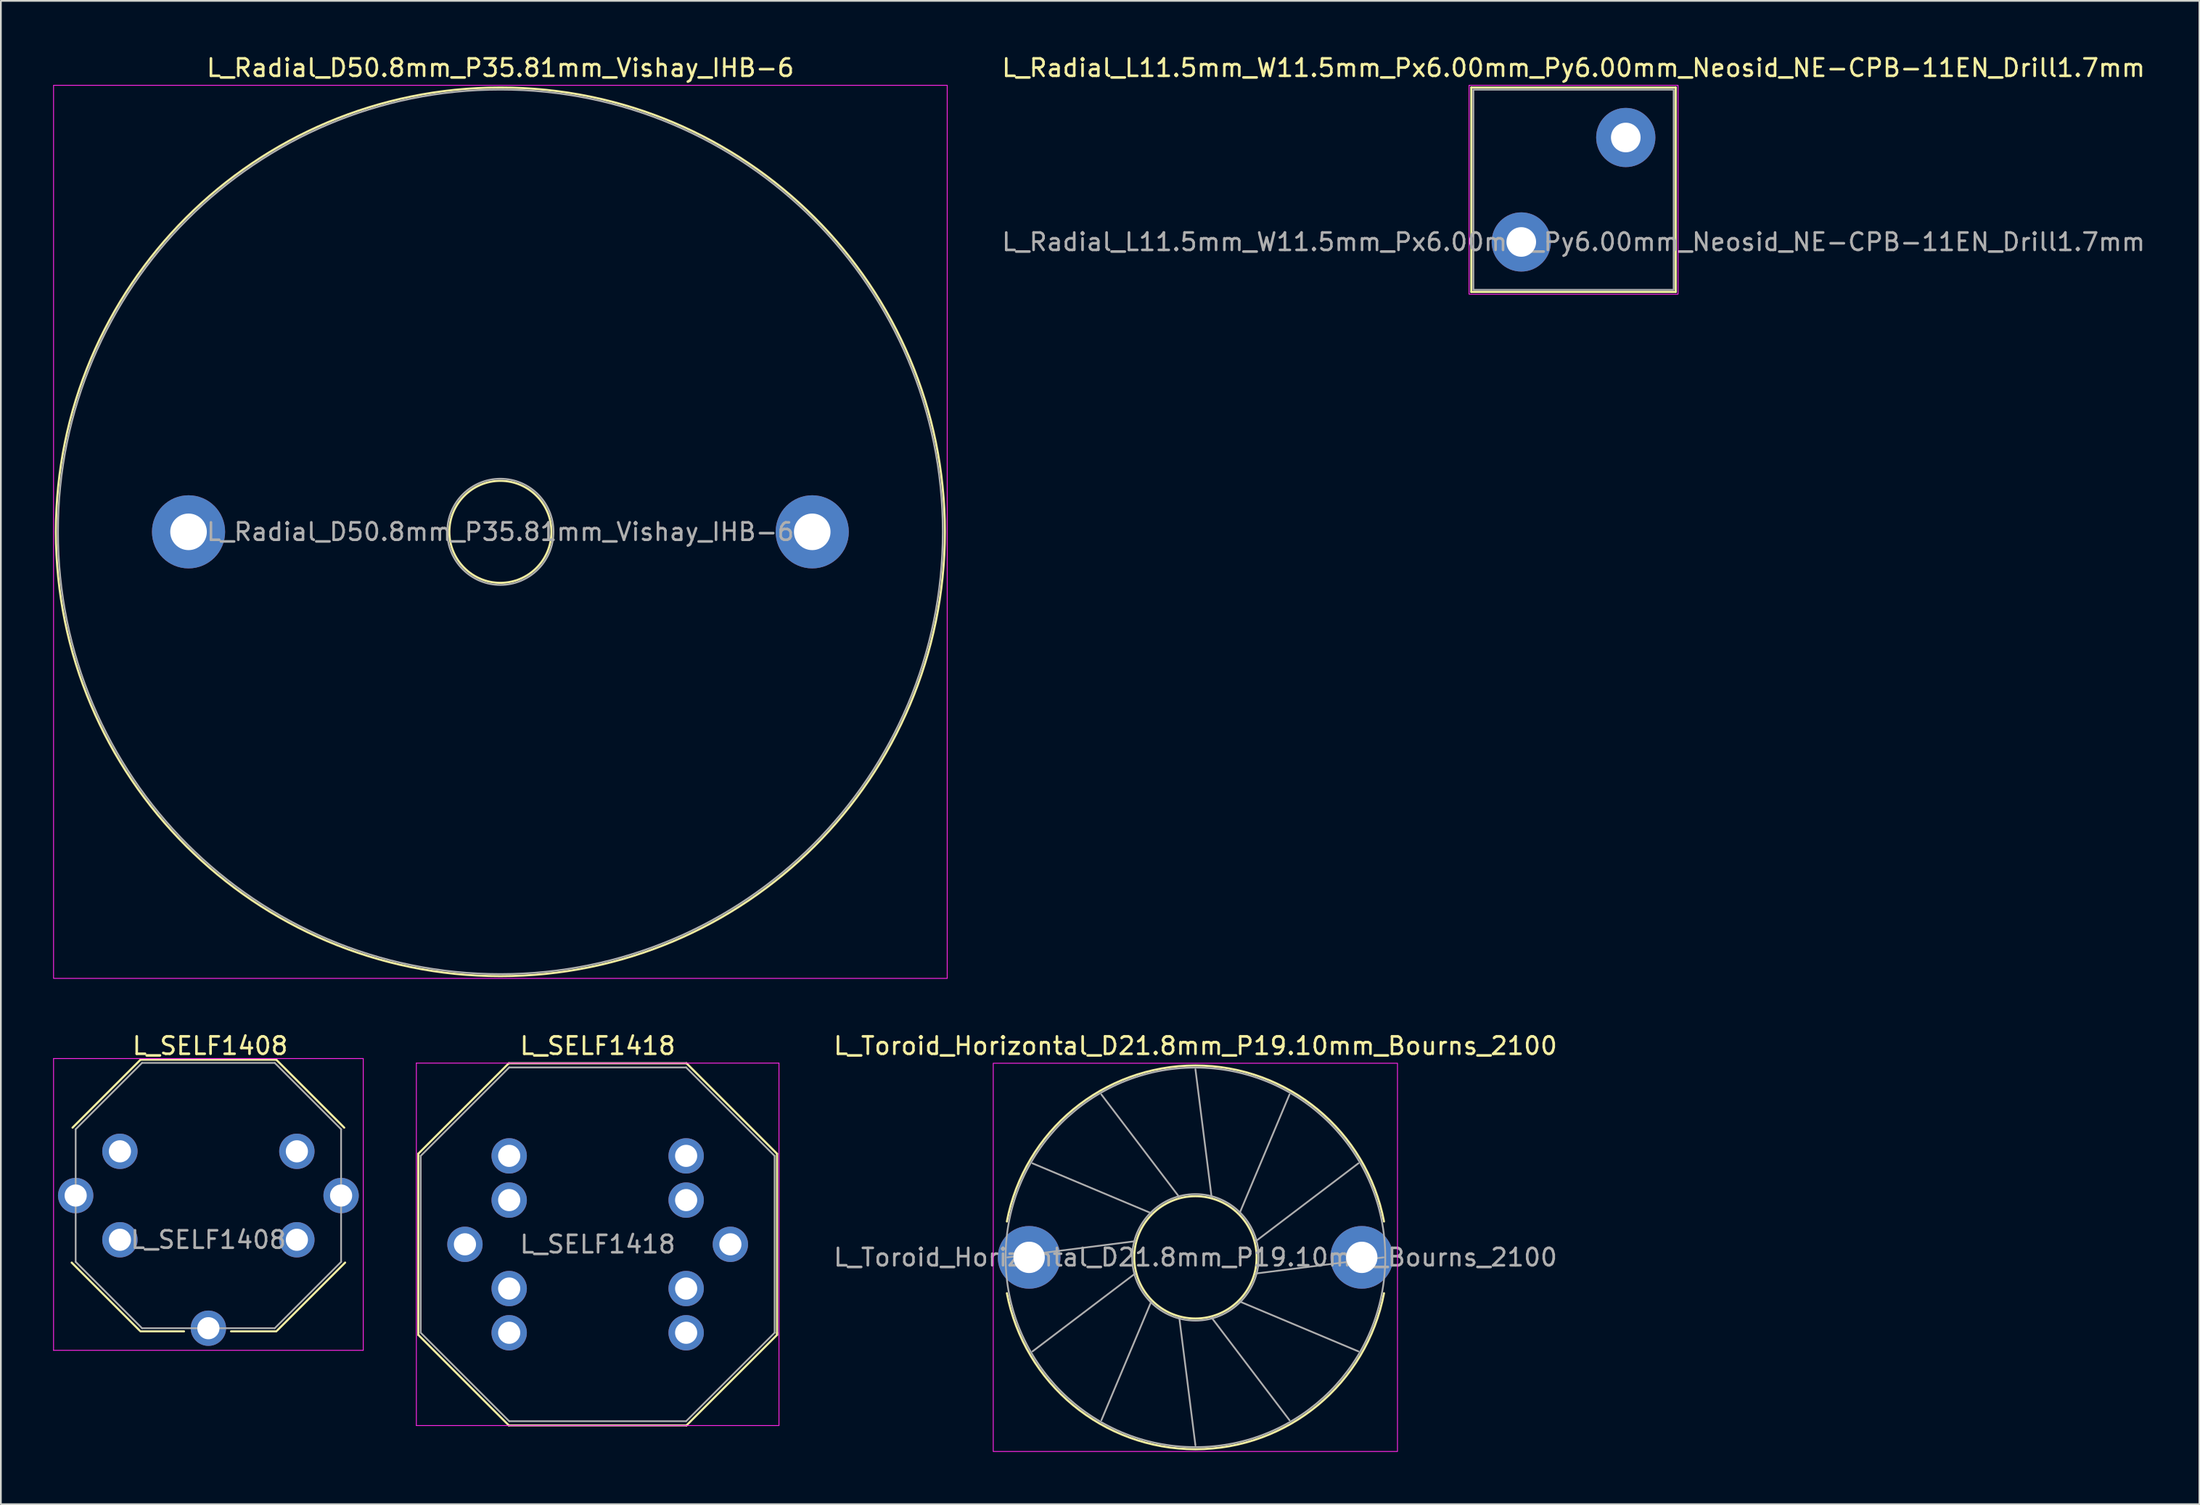
<source format=kicad_pcb>
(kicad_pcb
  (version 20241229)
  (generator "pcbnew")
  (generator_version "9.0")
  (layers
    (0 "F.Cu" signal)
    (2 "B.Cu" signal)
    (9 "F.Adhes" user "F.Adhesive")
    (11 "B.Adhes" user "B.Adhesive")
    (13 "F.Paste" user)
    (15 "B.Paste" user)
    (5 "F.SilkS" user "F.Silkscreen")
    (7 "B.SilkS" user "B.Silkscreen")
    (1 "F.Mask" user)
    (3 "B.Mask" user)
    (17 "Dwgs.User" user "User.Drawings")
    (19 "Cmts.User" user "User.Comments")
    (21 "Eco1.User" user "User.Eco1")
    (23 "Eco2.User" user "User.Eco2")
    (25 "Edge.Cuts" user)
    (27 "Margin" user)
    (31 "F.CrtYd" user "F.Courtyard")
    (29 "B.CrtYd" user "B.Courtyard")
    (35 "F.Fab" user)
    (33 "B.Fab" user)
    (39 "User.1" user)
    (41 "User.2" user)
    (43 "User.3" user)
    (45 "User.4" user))
  (footprint "L_Toroid_Horizontal_D21.8mm_P19.10mm_Bourns_2100"
    (layer "F.Cu")
    (at 56.037 69.171)
    (property "Reference" "L_Toroid_Horizontal_D21.8mm_P19.10mm_Bourns_2100" (at 9.55 -12.15 0) (layer "F.SilkS") (effects (font (size 1 1) (thickness 0.15))))
    (attr through_hole)
    (fp_arc (start -1.275747 -2.06) (mid 9.55 -11.02) (end 20.375747 -2.06) (stroke (width 0.12) (type solid)) (layer "F.SilkS"))
    (fp_arc (start 20.375747 2.06) (mid 9.55 11.02) (end -1.275747 2.06) (stroke (width 0.12) (type solid)) (layer "F.SilkS"))
    (fp_circle (center 9.55 0) (end 13.063 0) (stroke (width 0.12) (type solid)) (fill no) (layer "F.SilkS"))
    (fp_rect (start -2.06 -11.15) (end 21.15 11.15) (stroke (width 0.05) (type solid)) (fill no) (layer "F.CrtYd"))
    (fp_line (start -1.25 0) (end 6.089 -0.928) (stroke (width 0.1) (type solid)) (layer "F.Fab"))
    (fp_line (start 0.197 -5.4) (end 7.016 -2.534) (stroke (width 0.1) (type solid)) (layer "F.Fab"))
    (fp_line (start 0.197 5.4) (end 6.089 0.928) (stroke (width 0.1) (type solid)) (layer "F.Fab"))
    (fp_line (start 4.15 -9.353) (end 8.622 -3.461) (stroke (width 0.1) (type solid)) (layer "F.Fab"))
    (fp_line (start 4.15 9.353) (end 7.016 2.534) (stroke (width 0.1) (type solid)) (layer "F.Fab"))
    (fp_line (start 9.55 -10.8) (end 10.478 -3.461) (stroke (width 0.1) (type solid)) (layer "F.Fab"))
    (fp_line (start 9.55 10.8) (end 8.622 3.461) (stroke (width 0.1) (type solid)) (layer "F.Fab"))
    (fp_line (start 14.95 -9.353) (end 12.084 -2.534) (stroke (width 0.1) (type solid)) (layer "F.Fab"))
    (fp_line (start 14.95 9.353) (end 10.478 3.461) (stroke (width 0.1) (type solid)) (layer "F.Fab"))
    (fp_line (start 18.903 -5.4) (end 13.011 -0.928) (stroke (width 0.1) (type solid)) (layer "F.Fab"))
    (fp_line (start 18.903 5.4) (end 12.084 2.534) (stroke (width 0.1) (type solid)) (layer "F.Fab"))
    (fp_line (start 20.35 0) (end 13.011 0.928) (stroke (width 0.1) (type solid)) (layer "F.Fab"))
    (fp_circle (center 9.55 0) (end 13.183 0) (stroke (width 0.1) (type solid)) (fill no) (layer "F.Fab"))
    (fp_circle (center 9.55 0) (end 20.45 0) (stroke (width 0.1) (type solid)) (fill no) (layer "F.Fab"))
    (fp_text user "${REFERENCE}" (at 9.55 0 0) (layer "F.Fab") (effects (font (size 1 1) (thickness 0.15))))
    (pad "1" thru_hole circle (at 0 0) (size 3.6 3.6) (drill 1.8) (layers "*.Cu" "*.Mask"))
    (pad "2" thru_hole circle (at 19.1 0) (size 3.6 3.6) (drill 1.8) (layers "*.Cu" "*.Mask")))
  (footprint "L_SELF1408"
    (layer "F.Cu")
    (at 1.295 65.621)
    (property "Reference" "L_SELF1408" (at 7.72 -8.6 0) (layer "F.SilkS") (effects (font (size 1 1) (thickness 0.15))))
    (attr through_hole)
    (fp_line (start -0.18 -3.9) (end 3.72 -7.8) (stroke (width 0.12) (type solid)) (layer "F.SilkS"))
    (fp_line (start 3.67 7.75) (end -0.23 3.85) (stroke (width 0.12) (type solid)) (layer "F.SilkS"))
    (fp_line (start 3.72 -7.8) (end 11.52 -7.8) (stroke (width 0.12) (type solid)) (layer "F.SilkS"))
    (fp_line (start 6.22 7.8) (end 3.72 7.8) (stroke (width 0.12) (type solid)) (layer "F.SilkS"))
    (fp_line (start 11.52 -7.8) (end 15.42 -3.9) (stroke (width 0.12) (type solid)) (layer "F.SilkS"))
    (fp_line (start 11.52 7.8) (end 8.92 7.8) (stroke (width 0.12) (type solid)) (layer "F.SilkS"))
    (fp_line (start 15.47 3.85) (end 11.57 7.75) (stroke (width 0.12) (type solid)) (layer "F.SilkS"))
    (fp_line (start -1.27 -7.87) (end -1.27 8.89) (stroke (width 0.05) (type solid)) (layer "F.CrtYd"))
    (fp_line (start -1.27 -7.87) (end 16.51 -7.87) (stroke (width 0.05) (type solid)) (layer "F.CrtYd"))
    (fp_line (start 16.51 8.89) (end -1.27 8.89) (stroke (width 0.05) (type solid)) (layer "F.CrtYd"))
    (fp_line (start 16.51 8.89) (end 16.51 -7.87) (stroke (width 0.05) (type solid)) (layer "F.CrtYd"))
    (fp_line (start 0 -3.81) (end 0 3.81) (stroke (width 0.1) (type solid)) (layer "F.Fab"))
    (fp_line (start 0 3.81) (end 3.81 7.62) (stroke (width 0.1) (type solid)) (layer "F.Fab"))
    (fp_line (start 3.81 -7.62) (end 0 -3.81) (stroke (width 0.1) (type solid)) (layer "F.Fab"))
    (fp_line (start 3.81 7.62) (end 11.43 7.62) (stroke (width 0.1) (type solid)) (layer "F.Fab"))
    (fp_line (start 11.43 -7.62) (end 3.81 -7.62) (stroke (width 0.1) (type solid)) (layer "F.Fab"))
    (fp_line (start 11.43 7.62) (end 15.24 3.81) (stroke (width 0.1) (type solid)) (layer "F.Fab"))
    (fp_line (start 15.24 -3.81) (end 11.43 -7.62) (stroke (width 0.1) (type solid)) (layer "F.Fab"))
    (fp_line (start 15.24 3.81) (end 15.24 -3.81) (stroke (width 0.1) (type solid)) (layer "F.Fab"))
    (fp_text user "${REFERENCE}" (at 7.62 2.54 0) (layer "F.Fab") (effects (font (size 1 1) (thickness 0.15))))
    (pad "0" thru_hole circle (at 7.62 7.62) (size 2.03 2.03) (drill 1.27) (layers "*.Cu" "*.Mask"))
    (pad "1" thru_hole circle (at 0 0) (size 2.03 2.03) (drill 1.27) (layers "*.Cu" "*.Mask"))
    (pad "1" thru_hole circle (at 2.54 -2.54) (size 2.03 2.03) (drill 1.27) (layers "*.Cu" "*.Mask"))
    (pad "1" thru_hole circle (at 2.54 2.54) (size 2.03 2.03) (drill 1.27) (layers "*.Cu" "*.Mask"))
    (pad "2" thru_hole circle (at 12.7 -2.54) (size 2.03 2.03) (drill 1.27) (layers "*.Cu" "*.Mask"))
    (pad "2" thru_hole circle (at 12.7 2.54) (size 2.03 2.03) (drill 1.27) (layers "*.Cu" "*.Mask"))
    (pad "2" thru_hole circle (at 15.24 0) (size 2.03 2.03) (drill 1.27) (layers "*.Cu" "*.Mask")))
  (footprint "L_Radial_D50.8mm_P35.81mm_Vishay_IHB-6"
    (layer "F.Cu")
    (at 7.775 27.498)
    (property "Reference" "L_Radial_D50.8mm_P35.81mm_Vishay_IHB-6" (at 17.905 -26.65 0) (layer "F.SilkS") (effects (font (size 1 1) (thickness 0.15))))
    (attr through_hole)
    (fp_circle (center 17.905 0) (end 20.835 0) (stroke (width 0.12) (type solid)) (fill no) (layer "F.SilkS"))
    (fp_circle (center 17.905 0) (end 43.425 0) (stroke (width 0.12) (type solid)) (fill no) (layer "F.SilkS"))
    (fp_rect (start -7.75 -25.65) (end 43.56 25.65) (stroke (width 0.05) (type solid)) (fill no) (layer "F.CrtYd"))
    (fp_circle (center 17.905 0) (end 20.955 0) (stroke (width 0.1) (type solid)) (fill no) (layer "F.Fab"))
    (fp_circle (center 17.905 0) (end 43.305 0) (stroke (width 0.1) (type solid)) (fill no) (layer "F.Fab"))
    (fp_text user "${REFERENCE}" (at 17.905 0 0) (layer "F.Fab") (effects (font (size 1 1) (thickness 0.15))))
    (pad "1" thru_hole circle (at 0 0) (size 4.2 4.2) (drill 2.1) (layers "*.Cu" "*.Mask"))
    (pad "2" thru_hole circle (at 35.81 0) (size 4.2 4.2) (drill 2.1) (layers "*.Cu" "*.Mask")))
  (footprint "L_SELF1418"
    (layer "F.Cu")
    (at 26.185 63.342)
    (property "Reference" "L_SELF1418" (at 5.08 -6.32 0) (layer "F.SilkS") (effects (font (size 1 1) (thickness 0.15))))
    (attr through_hole)
    (fp_line (start -5.22 -0.12) (end -0.02 -5.32) (stroke (width 0.12) (type solid)) (layer "F.SilkS"))
    (fp_line (start -5.22 -0.02) (end -5.22 -0.12) (stroke (width 0.12) (type solid)) (layer "F.SilkS"))
    (fp_line (start -5.22 10.28) (end -5.22 -0.02) (stroke (width 0.12) (type solid)) (layer "F.SilkS"))
    (fp_line (start -0.02 -5.32) (end 10.18 -5.32) (stroke (width 0.12) (type solid)) (layer "F.SilkS"))
    (fp_line (start -0.02 15.48) (end -5.22 10.28) (stroke (width 0.12) (type solid)) (layer "F.SilkS"))
    (fp_line (start 10.18 -5.32) (end 15.38 -0.12) (stroke (width 0.12) (type solid)) (layer "F.SilkS"))
    (fp_line (start 10.18 15.48) (end -0.02 15.48) (stroke (width 0.12) (type solid)) (layer "F.SilkS"))
    (fp_line (start 15.38 -0.12) (end 15.38 10.18) (stroke (width 0.12) (type solid)) (layer "F.SilkS"))
    (fp_line (start 15.38 10.18) (end 15.38 10.28) (stroke (width 0.12) (type solid)) (layer "F.SilkS"))
    (fp_line (start 15.38 10.28) (end 10.18 15.48) (stroke (width 0.12) (type solid)) (layer "F.SilkS"))
    (fp_line (start -5.33 -5.33) (end -5.33 15.49) (stroke (width 0.05) (type solid)) (layer "F.CrtYd"))
    (fp_line (start -5.33 -5.33) (end 15.49 -5.33) (stroke (width 0.05) (type solid)) (layer "F.CrtYd"))
    (fp_line (start 15.49 15.49) (end -5.33 15.49) (stroke (width 0.05) (type solid)) (layer "F.CrtYd"))
    (fp_line (start 15.49 15.49) (end 15.49 -5.33) (stroke (width 0.05) (type solid)) (layer "F.CrtYd"))
    (fp_line (start -5.08 0) (end -5.08 10.16) (stroke (width 0.1) (type solid)) (layer "F.Fab"))
    (fp_line (start -5.08 10.16) (end 0 15.24) (stroke (width 0.1) (type solid)) (layer "F.Fab"))
    (fp_line (start 0 -5.08) (end -5.08 0) (stroke (width 0.1) (type solid)) (layer "F.Fab"))
    (fp_line (start 0 15.24) (end 10.16 15.24) (stroke (width 0.1) (type solid)) (layer "F.Fab"))
    (fp_line (start 10.16 -5.08) (end 0 -5.08) (stroke (width 0.1) (type solid)) (layer "F.Fab"))
    (fp_line (start 10.16 15.24) (end 15.24 10.16) (stroke (width 0.1) (type solid)) (layer "F.Fab"))
    (fp_line (start 15.24 0) (end 10.16 -5.08) (stroke (width 0.1) (type solid)) (layer "F.Fab"))
    (fp_line (start 15.24 10.16) (end 15.24 0) (stroke (width 0.1) (type solid)) (layer "F.Fab"))
    (fp_text user "${REFERENCE}" (at 5.08 5.08 0) (layer "F.Fab") (effects (font (size 1 1) (thickness 0.15))))
    (pad "" thru_hole circle (at -2.54 5.08) (size 2.03 2.03) (drill 1.27) (layers "*.Cu" "*.Mask"))
    (pad "" thru_hole circle (at 12.7 5.08) (size 2.03 2.03) (drill 1.27) (layers "*.Cu" "*.Mask"))
    (pad "1" thru_hole circle (at 0 0) (size 2.03 2.03) (drill 1.27) (layers "*.Cu" "*.Mask"))
    (pad "1" thru_hole circle (at 0 2.54) (size 2.03 2.03) (drill 1.27) (layers "*.Cu" "*.Mask"))
    (pad "2" thru_hole circle (at 10.16 0) (size 2.03 2.03) (drill 1.27) (layers "*.Cu" "*.Mask"))
    (pad "2" thru_hole circle (at 10.16 2.54) (size 2.03 2.03) (drill 1.27) (layers "*.Cu" "*.Mask"))
    (pad "3" thru_hole circle (at 10.16 7.62) (size 2.03 2.03) (drill 1.27) (layers "*.Cu" "*.Mask"))
    (pad "3" thru_hole circle (at 10.16 10.16) (size 2.03 2.03) (drill 1.27) (layers "*.Cu" "*.Mask"))
    (pad "4" thru_hole circle (at 0 7.62) (size 2.03 2.03) (drill 1.27) (layers "*.Cu" "*.Mask"))
    (pad "4" thru_hole circle (at 0 10.16) (size 2.03 2.03) (drill 1.27) (layers "*.Cu" "*.Mask")))
  (footprint "L_Radial_L11.5mm_W11.5mm_Px6.00mm_Py6.00mm_Neosid_NE-CPB-11EN_Drill1.7mm"
    (layer "F.Cu")
    (at 84.295 10.848)
    (property "Reference" "L_Radial_L11.5mm_W11.5mm_Px6.00mm_Py6.00mm_Neosid_NE-CPB-11EN_Drill1.7mm" (at 3 -10 0) (layer "F.SilkS") (effects (font (size 1 1) (thickness 0.15))))
    (attr through_hole)
    (fp_line (start -2.87 -8.87) (end 8.87 -8.87) (stroke (width 0.12) (type solid)) (layer "F.SilkS"))
    (fp_line (start -2.87 2.87) (end -2.87 -8.87) (stroke (width 0.12) (type solid)) (layer "F.SilkS"))
    (fp_line (start 8.87 -8.87) (end 8.87 2.87) (stroke (width 0.12) (type solid)) (layer "F.SilkS"))
    (fp_line (start 8.87 2.87) (end -2.87 2.87) (stroke (width 0.12) (type solid)) (layer "F.SilkS"))
    (fp_rect (start -3 -9) (end 9 3) (stroke (width 0.05) (type solid)) (fill no) (layer "F.CrtYd"))
    (fp_rect (start -2.75 -8.75) (end 8.75 2.75) (stroke (width 0.1) (type solid)) (fill no) (layer "F.Fab"))
    (fp_text user "${REFERENCE}" (at 3 0 0) (layer "F.Fab") (effects (font (size 1 1) (thickness 0.15))))
    (pad "1" thru_hole circle (at 0 0) (size 3.4 3.4) (drill 1.7) (layers "*.Cu" "*.Mask"))
    (pad "2" thru_hole circle (at 6 -6) (size 3.4 3.4) (drill 1.7) (layers "*.Cu" "*.Mask")))
  (gr_rect
    (start -3 -3)
    (end 123.229 83.347)
    (stroke (width 0.1) (type default))
    (fill no)
    (layer "Edge.Cuts")))
</source>
